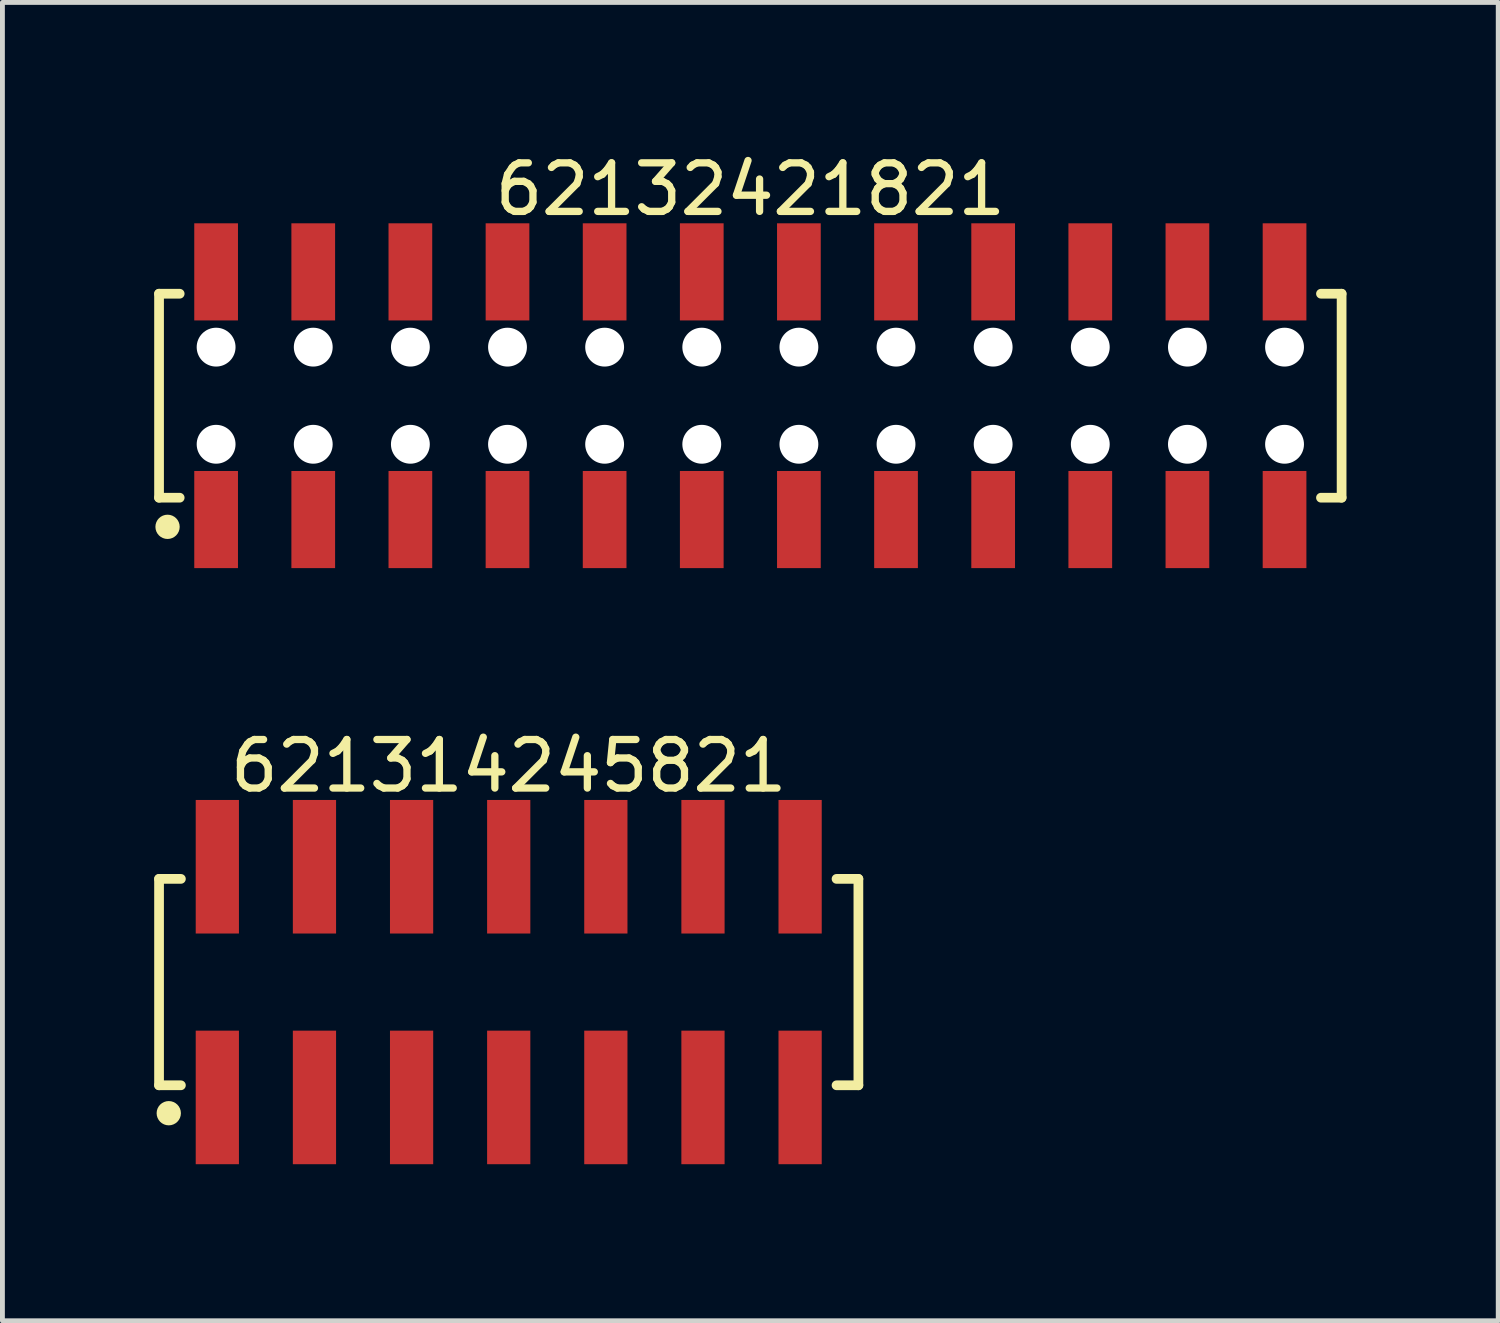
<source format=kicad_pcb>
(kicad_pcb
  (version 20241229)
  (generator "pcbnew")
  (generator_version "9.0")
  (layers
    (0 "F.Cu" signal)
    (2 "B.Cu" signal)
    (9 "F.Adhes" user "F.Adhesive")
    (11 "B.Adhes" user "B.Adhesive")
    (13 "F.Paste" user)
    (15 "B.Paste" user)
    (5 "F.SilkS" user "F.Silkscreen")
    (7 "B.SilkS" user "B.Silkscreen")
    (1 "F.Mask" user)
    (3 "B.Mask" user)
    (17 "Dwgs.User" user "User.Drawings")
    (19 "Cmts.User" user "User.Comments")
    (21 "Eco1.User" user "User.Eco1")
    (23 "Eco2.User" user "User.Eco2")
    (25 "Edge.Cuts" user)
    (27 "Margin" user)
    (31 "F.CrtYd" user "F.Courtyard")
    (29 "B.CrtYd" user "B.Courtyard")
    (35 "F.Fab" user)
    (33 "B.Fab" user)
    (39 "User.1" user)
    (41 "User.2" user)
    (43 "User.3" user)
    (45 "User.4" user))
  (footprint "621314245821"
    (layer "F.Cu")
    (at 7.425 17.172)
    (property "Reference" "621314245821" (at 0 -4.45 0) (layer "F.SilkS") (effects (font (size 1 1) (thickness 0.15))))
    (fp_line (start -7.2 -2.125) (end -6.75 -2.125) (stroke (width 0.2) (type solid)) (layer "F.SilkS"))
    (fp_line (start -7.2 2.125) (end -7.2 -2.125) (stroke (width 0.2) (type solid)) (layer "F.SilkS"))
    (fp_line (start -7.2 2.125) (end -6.75 2.125) (stroke (width 0.2) (type solid)) (layer "F.SilkS"))
    (fp_line (start 6.75 -2.125) (end 7.2 -2.125) (stroke (width 0.2) (type solid)) (layer "F.SilkS"))
    (fp_line (start 6.75 2.125) (end 7.2 2.125) (stroke (width 0.2) (type solid)) (layer "F.SilkS"))
    (fp_line (start 7.2 2.125) (end 7.2 -2.125) (stroke (width 0.2) (type solid)) (layer "F.SilkS"))
    (fp_circle (center -7 2.7) (end -7 2.575) (stroke (width 0.25) (type solid)) (fill no) (layer "F.SilkS"))
    (fp_line (start -7.4 -3.95) (end 7.4 -3.95) (stroke (width 0.05) (type solid)) (layer "Eco2.User"))
    (fp_line (start -7.4 3.95) (end -7.4 -3.95) (stroke (width 0.05) (type solid)) (layer "Eco2.User"))
    (fp_line (start -7.4 3.95) (end 7.4 3.95) (stroke (width 0.05) (type solid)) (layer "Eco2.User"))
    (fp_line (start -7 -2) (end 7 -2) (stroke (width 0.1) (type solid)) (layer "Eco2.User"))
    (fp_line (start -7 2) (end -7 -2) (stroke (width 0.1) (type solid)) (layer "Eco2.User"))
    (fp_line (start -7 2) (end 7 2) (stroke (width 0.1) (type solid)) (layer "Eco2.User"))
    (fp_line (start -6.25 -3.1) (end -5.75 -3.1) (stroke (width 0.1) (type solid)) (layer "Eco2.User"))
    (fp_line (start -6.25 -2) (end -6.25 -3.1) (stroke (width 0.1) (type solid)) (layer "Eco2.User"))
    (fp_line (start -6.25 3.1) (end -6.25 2) (stroke (width 0.1) (type solid)) (layer "Eco2.User"))
    (fp_line (start -6.25 3.1) (end -5.75 3.1) (stroke (width 0.1) (type solid)) (layer "Eco2.User"))
    (fp_line (start -5.75 -2) (end -5.75 -3.1) (stroke (width 0.1) (type solid)) (layer "Eco2.User"))
    (fp_line (start -5.75 3.1) (end -5.75 2) (stroke (width 0.1) (type solid)) (layer "Eco2.User"))
    (fp_line (start -4.25 -3.1) (end -3.75 -3.1) (stroke (width 0.1) (type solid)) (layer "Eco2.User"))
    (fp_line (start -4.25 -2) (end -4.25 -3.1) (stroke (width 0.1) (type solid)) (layer "Eco2.User"))
    (fp_line (start -4.25 3.1) (end -4.25 2) (stroke (width 0.1) (type solid)) (layer "Eco2.User"))
    (fp_line (start -4.25 3.1) (end -3.75 3.1) (stroke (width 0.1) (type solid)) (layer "Eco2.User"))
    (fp_line (start -3.75 -2) (end -3.75 -3.1) (stroke (width 0.1) (type solid)) (layer "Eco2.User"))
    (fp_line (start -3.75 3.1) (end -3.75 2) (stroke (width 0.1) (type solid)) (layer "Eco2.User"))
    (fp_line (start -2.25 -3.1) (end -1.75 -3.1) (stroke (width 0.1) (type solid)) (layer "Eco2.User"))
    (fp_line (start -2.25 -2) (end -2.25 -3.1) (stroke (width 0.1) (type solid)) (layer "Eco2.User"))
    (fp_line (start -2.25 3.1) (end -2.25 2) (stroke (width 0.1) (type solid)) (layer "Eco2.User"))
    (fp_line (start -2.25 3.1) (end -1.75 3.1) (stroke (width 0.1) (type solid)) (layer "Eco2.User"))
    (fp_line (start -1.75 -2) (end -1.75 -3.1) (stroke (width 0.1) (type solid)) (layer "Eco2.User"))
    (fp_line (start -1.75 3.1) (end -1.75 2) (stroke (width 0.1) (type solid)) (layer "Eco2.User"))
    (fp_line (start -0.25 -3.1) (end 0.25 -3.1) (stroke (width 0.1) (type solid)) (layer "Eco2.User"))
    (fp_line (start -0.25 -2) (end -0.25 -3.1) (stroke (width 0.1) (type solid)) (layer "Eco2.User"))
    (fp_line (start -0.25 3.1) (end -0.25 2) (stroke (width 0.1) (type solid)) (layer "Eco2.User"))
    (fp_line (start -0.25 3.1) (end 0.25 3.1) (stroke (width 0.1) (type solid)) (layer "Eco2.User"))
    (fp_line (start 0.25 -2) (end 0.25 -3.1) (stroke (width 0.1) (type solid)) (layer "Eco2.User"))
    (fp_line (start 0.25 3.1) (end 0.25 2) (stroke (width 0.1) (type solid)) (layer "Eco2.User"))
    (fp_line (start 1.75 -3.1) (end 2.25 -3.1) (stroke (width 0.1) (type solid)) (layer "Eco2.User"))
    (fp_line (start 1.75 -2) (end 1.75 -3.1) (stroke (width 0.1) (type solid)) (layer "Eco2.User"))
    (fp_line (start 1.75 3.1) (end 1.75 2) (stroke (width 0.1) (type solid)) (layer "Eco2.User"))
    (fp_line (start 1.75 3.1) (end 2.25 3.1) (stroke (width 0.1) (type solid)) (layer "Eco2.User"))
    (fp_line (start 2.25 -2) (end 2.25 -3.1) (stroke (width 0.1) (type solid)) (layer "Eco2.User"))
    (fp_line (start 2.25 3.1) (end 2.25 2) (stroke (width 0.1) (type solid)) (layer "Eco2.User"))
    (fp_line (start 3.75 -3.1) (end 4.25 -3.1) (stroke (width 0.1) (type solid)) (layer "Eco2.User"))
    (fp_line (start 3.75 -2) (end 3.75 -3.1) (stroke (width 0.1) (type solid)) (layer "Eco2.User"))
    (fp_line (start 3.75 3.1) (end 3.75 2) (stroke (width 0.1) (type solid)) (layer "Eco2.User"))
    (fp_line (start 3.75 3.1) (end 4.25 3.1) (stroke (width 0.1) (type solid)) (layer "Eco2.User"))
    (fp_line (start 4.25 -2) (end 4.25 -3.1) (stroke (width 0.1) (type solid)) (layer "Eco2.User"))
    (fp_line (start 4.25 3.1) (end 4.25 2) (stroke (width 0.1) (type solid)) (layer "Eco2.User"))
    (fp_line (start 5.75 -3.1) (end 6.25 -3.1) (stroke (width 0.1) (type solid)) (layer "Eco2.User"))
    (fp_line (start 5.75 -2) (end 5.75 -3.1) (stroke (width 0.1) (type solid)) (layer "Eco2.User"))
    (fp_line (start 5.75 3.1) (end 5.75 2) (stroke (width 0.1) (type solid)) (layer "Eco2.User"))
    (fp_line (start 5.75 3.1) (end 6.25 3.1) (stroke (width 0.1) (type solid)) (layer "Eco2.User"))
    (fp_line (start 6.25 -2) (end 6.25 -3.1) (stroke (width 0.1) (type solid)) (layer "Eco2.User"))
    (fp_line (start 6.25 3.1) (end 6.25 2) (stroke (width 0.1) (type solid)) (layer "Eco2.User"))
    (fp_line (start 7 2) (end 7 -2) (stroke (width 0.1) (type solid)) (layer "Eco2.User"))
    (fp_line (start 7.4 3.95) (end 7.4 -3.95) (stroke (width 0.05) (type solid)) (layer "Eco2.User"))
    (pad "1" smd rect (at -6 2.375) (size 0.89 2.75) (layers "F.Cu" "F.Mask" "F.Paste"))
    (pad "2" smd rect (at -6 -2.375) (size 0.89 2.75) (layers "F.Cu" "F.Mask" "F.Paste"))
    (pad "3" smd rect (at -4 2.375) (size 0.89 2.75) (layers "F.Cu" "F.Mask" "F.Paste"))
    (pad "4" smd rect (at -4 -2.375) (size 0.89 2.75) (layers "F.Cu" "F.Mask" "F.Paste"))
    (pad "5" smd rect (at -2 2.375) (size 0.89 2.75) (layers "F.Cu" "F.Mask" "F.Paste"))
    (pad "6" smd rect (at -2 -2.375) (size 0.89 2.75) (layers "F.Cu" "F.Mask" "F.Paste"))
    (pad "7" smd rect (at 0 2.375) (size 0.89 2.75) (layers "F.Cu" "F.Mask" "F.Paste"))
    (pad "8" smd rect (at 0 -2.375) (size 0.89 2.75) (layers "F.Cu" "F.Mask" "F.Paste"))
    (pad "9" smd rect (at 2 2.375) (size 0.89 2.75) (layers "F.Cu" "F.Mask" "F.Paste"))
    (pad "10" smd rect (at 2 -2.375) (size 0.89 2.75) (layers "F.Cu" "F.Mask" "F.Paste"))
    (pad "11" smd rect (at 4 2.375) (size 0.89 2.75) (layers "F.Cu" "F.Mask" "F.Paste"))
    (pad "12" smd rect (at 4 -2.375) (size 0.89 2.75) (layers "F.Cu" "F.Mask" "F.Paste"))
    (pad "13" smd rect (at 6 2.375) (size 0.89 2.75) (layers "F.Cu" "F.Mask" "F.Paste"))
    (pad "14" smd rect (at 6 -2.375) (size 0.89 2.75) (layers "F.Cu" "F.Mask" "F.Paste")))
  (footprint "62132421821"
    (layer "F.Cu")
    (at 12.4 5.098)
    (property "Reference" "62132421821" (at 0 -4.25 0) (layer "F.SilkS") (effects (font (size 1 1) (thickness 0.15))))
    (fp_line (start -12.175 -2.1) (end -11.75 -2.1) (stroke (width 0.2) (type solid)) (layer "F.SilkS"))
    (fp_line (start -12.175 2.1) (end -12.175 -2.1) (stroke (width 0.2) (type solid)) (layer "F.SilkS"))
    (fp_line (start -12.175 2.1) (end -11.75 2.1) (stroke (width 0.2) (type solid)) (layer "F.SilkS"))
    (fp_line (start 11.75 -2.1) (end 12.175 -2.1) (stroke (width 0.2) (type solid)) (layer "F.SilkS"))
    (fp_line (start 11.75 2.1) (end 12.175 2.1) (stroke (width 0.2) (type solid)) (layer "F.SilkS"))
    (fp_line (start 12.175 2.1) (end 12.175 -2.1) (stroke (width 0.2) (type solid)) (layer "F.SilkS"))
    (fp_circle (center -12 2.7) (end -12 2.575) (stroke (width 0.25) (type solid)) (fill no) (layer "F.SilkS"))
    (fp_line (start -12.375 -3.75) (end 12.375 -3.75) (stroke (width 0.05) (type solid)) (layer "Eco2.User"))
    (fp_line (start -12.375 3.75) (end -12.375 -3.75) (stroke (width 0.05) (type solid)) (layer "Eco2.User"))
    (fp_line (start -12.375 3.75) (end 12.375 3.75) (stroke (width 0.05) (type solid)) (layer "Eco2.User"))
    (fp_line (start -12 -2) (end 12 -2) (stroke (width 0.1) (type solid)) (layer "Eco2.User"))
    (fp_line (start -12 2) (end -12 -2) (stroke (width 0.1) (type solid)) (layer "Eco2.User"))
    (fp_line (start -12 2) (end 12 2) (stroke (width 0.1) (type solid)) (layer "Eco2.User"))
    (fp_line (start -11.25 -3) (end -10.75 -3) (stroke (width 0.1) (type solid)) (layer "Eco2.User"))
    (fp_line (start -11.25 -2) (end -11.25 -3) (stroke (width 0.1) (type solid)) (layer "Eco2.User"))
    (fp_line (start -11.25 3) (end -11.25 2) (stroke (width 0.1) (type solid)) (layer "Eco2.User"))
    (fp_line (start -11.25 3) (end -10.75 3) (stroke (width 0.1) (type solid)) (layer "Eco2.User"))
    (fp_line (start -10.75 -2) (end -10.75 -3) (stroke (width 0.1) (type solid)) (layer "Eco2.User"))
    (fp_line (start -10.75 3) (end -10.75 2) (stroke (width 0.1) (type solid)) (layer "Eco2.User"))
    (fp_line (start -9.25 -3) (end -8.75 -3) (stroke (width 0.1) (type solid)) (layer "Eco2.User"))
    (fp_line (start -9.25 -2) (end -9.25 -3) (stroke (width 0.1) (type solid)) (layer "Eco2.User"))
    (fp_line (start -9.25 3) (end -9.25 2) (stroke (width 0.1) (type solid)) (layer "Eco2.User"))
    (fp_line (start -9.25 3) (end -8.75 3) (stroke (width 0.1) (type solid)) (layer "Eco2.User"))
    (fp_line (start -8.75 -2) (end -8.75 -3) (stroke (width 0.1) (type solid)) (layer "Eco2.User"))
    (fp_line (start -8.75 3) (end -8.75 2) (stroke (width 0.1) (type solid)) (layer "Eco2.User"))
    (fp_line (start -7.25 -3) (end -6.75 -3) (stroke (width 0.1) (type solid)) (layer "Eco2.User"))
    (fp_line (start -7.25 -2) (end -7.25 -3) (stroke (width 0.1) (type solid)) (layer "Eco2.User"))
    (fp_line (start -7.25 3) (end -7.25 2) (stroke (width 0.1) (type solid)) (layer "Eco2.User"))
    (fp_line (start -7.25 3) (end -6.75 3) (stroke (width 0.1) (type solid)) (layer "Eco2.User"))
    (fp_line (start -6.75 -2) (end -6.75 -3) (stroke (width 0.1) (type solid)) (layer "Eco2.User"))
    (fp_line (start -6.75 3) (end -6.75 2) (stroke (width 0.1) (type solid)) (layer "Eco2.User"))
    (fp_line (start -5.25 -3) (end -4.75 -3) (stroke (width 0.1) (type solid)) (layer "Eco2.User"))
    (fp_line (start -5.25 -2) (end -5.25 -3) (stroke (width 0.1) (type solid)) (layer "Eco2.User"))
    (fp_line (start -5.25 3) (end -5.25 2) (stroke (width 0.1) (type solid)) (layer "Eco2.User"))
    (fp_line (start -5.25 3) (end -4.75 3) (stroke (width 0.1) (type solid)) (layer "Eco2.User"))
    (fp_line (start -4.75 -2) (end -4.75 -3) (stroke (width 0.1) (type solid)) (layer "Eco2.User"))
    (fp_line (start -4.75 3) (end -4.75 2) (stroke (width 0.1) (type solid)) (layer "Eco2.User"))
    (fp_line (start -3.25 -3) (end -2.75 -3) (stroke (width 0.1) (type solid)) (layer "Eco2.User"))
    (fp_line (start -3.25 -2) (end -3.25 -3) (stroke (width 0.1) (type solid)) (layer "Eco2.User"))
    (fp_line (start -3.25 3) (end -3.25 2) (stroke (width 0.1) (type solid)) (layer "Eco2.User"))
    (fp_line (start -3.25 3) (end -2.75 3) (stroke (width 0.1) (type solid)) (layer "Eco2.User"))
    (fp_line (start -2.75 -2) (end -2.75 -3) (stroke (width 0.1) (type solid)) (layer "Eco2.User"))
    (fp_line (start -2.75 3) (end -2.75 2) (stroke (width 0.1) (type solid)) (layer "Eco2.User"))
    (fp_line (start -1.25 -3) (end -0.75 -3) (stroke (width 0.1) (type solid)) (layer "Eco2.User"))
    (fp_line (start -1.25 -2) (end -1.25 -3) (stroke (width 0.1) (type solid)) (layer "Eco2.User"))
    (fp_line (start -1.25 3) (end -1.25 2) (stroke (width 0.1) (type solid)) (layer "Eco2.User"))
    (fp_line (start -1.25 3) (end -0.75 3) (stroke (width 0.1) (type solid)) (layer "Eco2.User"))
    (fp_line (start -0.75 -2) (end -0.75 -3) (stroke (width 0.1) (type solid)) (layer "Eco2.User"))
    (fp_line (start -0.75 3) (end -0.75 2) (stroke (width 0.1) (type solid)) (layer "Eco2.User"))
    (fp_line (start -0.5 0) (end 0.5 0) (stroke (width 0.05) (type solid)) (layer "Eco2.User"))
    (fp_line (start 0 0.5) (end 0 -0.5) (stroke (width 0.05) (type solid)) (layer "Eco2.User"))
    (fp_line (start 0.75 -3) (end 1.25 -3) (stroke (width 0.1) (type solid)) (layer "Eco2.User"))
    (fp_line (start 0.75 -2) (end 0.75 -3) (stroke (width 0.1) (type solid)) (layer "Eco2.User"))
    (fp_line (start 0.75 3) (end 0.75 2) (stroke (width 0.1) (type solid)) (layer "Eco2.User"))
    (fp_line (start 0.75 3) (end 1.25 3) (stroke (width 0.1) (type solid)) (layer "Eco2.User"))
    (fp_line (start 1.25 -2) (end 1.25 -3) (stroke (width 0.1) (type solid)) (layer "Eco2.User"))
    (fp_line (start 1.25 3) (end 1.25 2) (stroke (width 0.1) (type solid)) (layer "Eco2.User"))
    (fp_line (start 2.75 -3) (end 3.25 -3) (stroke (width 0.1) (type solid)) (layer "Eco2.User"))
    (fp_line (start 2.75 -2) (end 2.75 -3) (stroke (width 0.1) (type solid)) (layer "Eco2.User"))
    (fp_line (start 2.75 3) (end 2.75 2) (stroke (width 0.1) (type solid)) (layer "Eco2.User"))
    (fp_line (start 2.75 3) (end 3.25 3) (stroke (width 0.1) (type solid)) (layer "Eco2.User"))
    (fp_line (start 3.25 -2) (end 3.25 -3) (stroke (width 0.1) (type solid)) (layer "Eco2.User"))
    (fp_line (start 3.25 3) (end 3.25 2) (stroke (width 0.1) (type solid)) (layer "Eco2.User"))
    (fp_line (start 4.75 -3) (end 5.25 -3) (stroke (width 0.1) (type solid)) (layer "Eco2.User"))
    (fp_line (start 4.75 -2) (end 4.75 -3) (stroke (width 0.1) (type solid)) (layer "Eco2.User"))
    (fp_line (start 4.75 3) (end 4.75 2) (stroke (width 0.1) (type solid)) (layer "Eco2.User"))
    (fp_line (start 4.75 3) (end 5.25 3) (stroke (width 0.1) (type solid)) (layer "Eco2.User"))
    (fp_line (start 5.25 -2) (end 5.25 -3) (stroke (width 0.1) (type solid)) (layer "Eco2.User"))
    (fp_line (start 5.25 3) (end 5.25 2) (stroke (width 0.1) (type solid)) (layer "Eco2.User"))
    (fp_line (start 6.75 -3) (end 7.25 -3) (stroke (width 0.1) (type solid)) (layer "Eco2.User"))
    (fp_line (start 6.75 -2) (end 6.75 -3) (stroke (width 0.1) (type solid)) (layer "Eco2.User"))
    (fp_line (start 6.75 3) (end 6.75 2) (stroke (width 0.1) (type solid)) (layer "Eco2.User"))
    (fp_line (start 6.75 3) (end 7.25 3) (stroke (width 0.1) (type solid)) (layer "Eco2.User"))
    (fp_line (start 7.25 -2) (end 7.25 -3) (stroke (width 0.1) (type solid)) (layer "Eco2.User"))
    (fp_line (start 7.25 3) (end 7.25 2) (stroke (width 0.1) (type solid)) (layer "Eco2.User"))
    (fp_line (start 8.75 -3) (end 9.25 -3) (stroke (width 0.1) (type solid)) (layer "Eco2.User"))
    (fp_line (start 8.75 -2) (end 8.75 -3) (stroke (width 0.1) (type solid)) (layer "Eco2.User"))
    (fp_line (start 8.75 3) (end 8.75 2) (stroke (width 0.1) (type solid)) (layer "Eco2.User"))
    (fp_line (start 8.75 3) (end 9.25 3) (stroke (width 0.1) (type solid)) (layer "Eco2.User"))
    (fp_line (start 9.25 -2) (end 9.25 -3) (stroke (width 0.1) (type solid)) (layer "Eco2.User"))
    (fp_line (start 9.25 3) (end 9.25 2) (stroke (width 0.1) (type solid)) (layer "Eco2.User"))
    (fp_line (start 10.75 -3) (end 11.25 -3) (stroke (width 0.1) (type solid)) (layer "Eco2.User"))
    (fp_line (start 10.75 -2) (end 10.75 -3) (stroke (width 0.1) (type solid)) (layer "Eco2.User"))
    (fp_line (start 10.75 3) (end 10.75 2) (stroke (width 0.1) (type solid)) (layer "Eco2.User"))
    (fp_line (start 10.75 3) (end 11.25 3) (stroke (width 0.1) (type solid)) (layer "Eco2.User"))
    (fp_line (start 11.25 -2) (end 11.25 -3) (stroke (width 0.1) (type solid)) (layer "Eco2.User"))
    (fp_line (start 11.25 3) (end 11.25 2) (stroke (width 0.1) (type solid)) (layer "Eco2.User"))
    (fp_line (start 12 2) (end 12 -2) (stroke (width 0.1) (type solid)) (layer "Eco2.User"))
    (fp_line (start 12.375 3.75) (end 12.375 -3.75) (stroke (width 0.05) (type solid)) (layer "Eco2.User"))
    (fp_text user "${REFERENCE}" (at 0.1 -0.131 0) (unlocked yes) (layer "User.3") (effects (font (size 1 1) (thickness 0.1))))
    (pad "" np_thru_hole circle (at -11 -1) (size 0.8 0.8) (drill 0.8) (layers "*.Cu" "*.Mask"))
    (pad "" np_thru_hole circle (at -11 1) (size 0.8 0.8) (drill 0.8) (layers "*.Cu" "*.Mask"))
    (pad "" np_thru_hole circle (at -9 -1) (size 0.8 0.8) (drill 0.8) (layers "*.Cu" "*.Mask"))
    (pad "" np_thru_hole circle (at -9 1) (size 0.8 0.8) (drill 0.8) (layers "*.Cu" "*.Mask"))
    (pad "" np_thru_hole circle (at -7 -1) (size 0.8 0.8) (drill 0.8) (layers "*.Cu" "*.Mask"))
    (pad "" np_thru_hole circle (at -7 1) (size 0.8 0.8) (drill 0.8) (layers "*.Cu" "*.Mask"))
    (pad "" np_thru_hole circle (at -5 -1) (size 0.8 0.8) (drill 0.8) (layers "*.Cu" "*.Mask"))
    (pad "" np_thru_hole circle (at -5 1) (size 0.8 0.8) (drill 0.8) (layers "*.Cu" "*.Mask"))
    (pad "" np_thru_hole circle (at -3 -1) (size 0.8 0.8) (drill 0.8) (layers "*.Cu" "*.Mask"))
    (pad "" np_thru_hole circle (at -3 1) (size 0.8 0.8) (drill 0.8) (layers "*.Cu" "*.Mask"))
    (pad "" np_thru_hole circle (at -1 -1) (size 0.8 0.8) (drill 0.8) (layers "*.Cu" "*.Mask"))
    (pad "" np_thru_hole circle (at -1 1) (size 0.8 0.8) (drill 0.8) (layers "*.Cu" "*.Mask"))
    (pad "" np_thru_hole circle (at 1 -1) (size 0.8 0.8) (drill 0.8) (layers "*.Cu" "*.Mask"))
    (pad "" np_thru_hole circle (at 1 1) (size 0.8 0.8) (drill 0.8) (layers "*.Cu" "*.Mask"))
    (pad "" np_thru_hole circle (at 3 -1) (size 0.8 0.8) (drill 0.8) (layers "*.Cu" "*.Mask"))
    (pad "" np_thru_hole circle (at 3 1) (size 0.8 0.8) (drill 0.8) (layers "*.Cu" "*.Mask"))
    (pad "" np_thru_hole circle (at 5 -1) (size 0.8 0.8) (drill 0.8) (layers "*.Cu" "*.Mask"))
    (pad "" np_thru_hole circle (at 5 1) (size 0.8 0.8) (drill 0.8) (layers "*.Cu" "*.Mask"))
    (pad "" np_thru_hole circle (at 7 -1) (size 0.8 0.8) (drill 0.8) (layers "*.Cu" "*.Mask"))
    (pad "" np_thru_hole circle (at 7 1) (size 0.8 0.8) (drill 0.8) (layers "*.Cu" "*.Mask"))
    (pad "" np_thru_hole circle (at 9 -1) (size 0.8 0.8) (drill 0.8) (layers "*.Cu" "*.Mask"))
    (pad "" np_thru_hole circle (at 9 1) (size 0.8 0.8) (drill 0.8) (layers "*.Cu" "*.Mask"))
    (pad "" np_thru_hole circle (at 11 -1) (size 0.8 0.8) (drill 0.8) (layers "*.Cu" "*.Mask"))
    (pad "" np_thru_hole circle (at 11 1) (size 0.8 0.8) (drill 0.8) (layers "*.Cu" "*.Mask"))
    (pad "1" smd rect (at -11 2.55) (size 0.9 2) (layers "F.Cu" "F.Mask" "F.Paste"))
    (pad "2" smd rect (at -11 -2.55) (size 0.9 2) (layers "F.Cu" "F.Mask" "F.Paste"))
    (pad "3" smd rect (at -9 2.55) (size 0.9 2) (layers "F.Cu" "F.Mask" "F.Paste"))
    (pad "4" smd rect (at -9 -2.55) (size 0.9 2) (layers "F.Cu" "F.Mask" "F.Paste"))
    (pad "5" smd rect (at -7 2.55) (size 0.9 2) (layers "F.Cu" "F.Mask" "F.Paste"))
    (pad "6" smd rect (at -7 -2.55) (size 0.9 2) (layers "F.Cu" "F.Mask" "F.Paste"))
    (pad "7" smd rect (at -5 2.55) (size 0.9 2) (layers "F.Cu" "F.Mask" "F.Paste"))
    (pad "8" smd rect (at -5 -2.55) (size 0.9 2) (layers "F.Cu" "F.Mask" "F.Paste"))
    (pad "9" smd rect (at -3 2.55) (size 0.9 2) (layers "F.Cu" "F.Mask" "F.Paste"))
    (pad "10" smd rect (at -3 -2.55) (size 0.9 2) (layers "F.Cu" "F.Mask" "F.Paste"))
    (pad "11" smd rect (at -1 2.55) (size 0.9 2) (layers "F.Cu" "F.Mask" "F.Paste"))
    (pad "12" smd rect (at -1 -2.55) (size 0.9 2) (layers "F.Cu" "F.Mask" "F.Paste"))
    (pad "13" smd rect (at 1 2.55) (size 0.9 2) (layers "F.Cu" "F.Mask" "F.Paste"))
    (pad "14" smd rect (at 1 -2.55) (size 0.9 2) (layers "F.Cu" "F.Mask" "F.Paste"))
    (pad "15" smd rect (at 3 2.55) (size 0.9 2) (layers "F.Cu" "F.Mask" "F.Paste"))
    (pad "16" smd rect (at 3 -2.55) (size 0.9 2) (layers "F.Cu" "F.Mask" "F.Paste"))
    (pad "17" smd rect (at 5 2.55) (size 0.9 2) (layers "F.Cu" "F.Mask" "F.Paste"))
    (pad "18" smd rect (at 5 -2.55) (size 0.9 2) (layers "F.Cu" "F.Mask" "F.Paste"))
    (pad "19" smd rect (at 7 2.55) (size 0.9 2) (layers "F.Cu" "F.Mask" "F.Paste"))
    (pad "20" smd rect (at 7 -2.55) (size 0.9 2) (layers "F.Cu" "F.Mask" "F.Paste"))
    (pad "21" smd rect (at 9 2.55) (size 0.9 2) (layers "F.Cu" "F.Mask" "F.Paste"))
    (pad "22" smd rect (at 9 -2.55) (size 0.9 2) (layers "F.Cu" "F.Mask" "F.Paste"))
    (pad "23" smd rect (at 11 2.55) (size 0.9 2) (layers "F.Cu" "F.Mask" "F.Paste"))
    (pad "24" smd rect (at 11 -2.55) (size 0.9 2) (layers "F.Cu" "F.Mask" "F.Paste")))
  (gr_rect
    (start -3 -3)
    (end 27.8 24.146)
    (stroke (width 0.1) (type default))
    (fill no)
    (layer "Edge.Cuts")))
</source>
